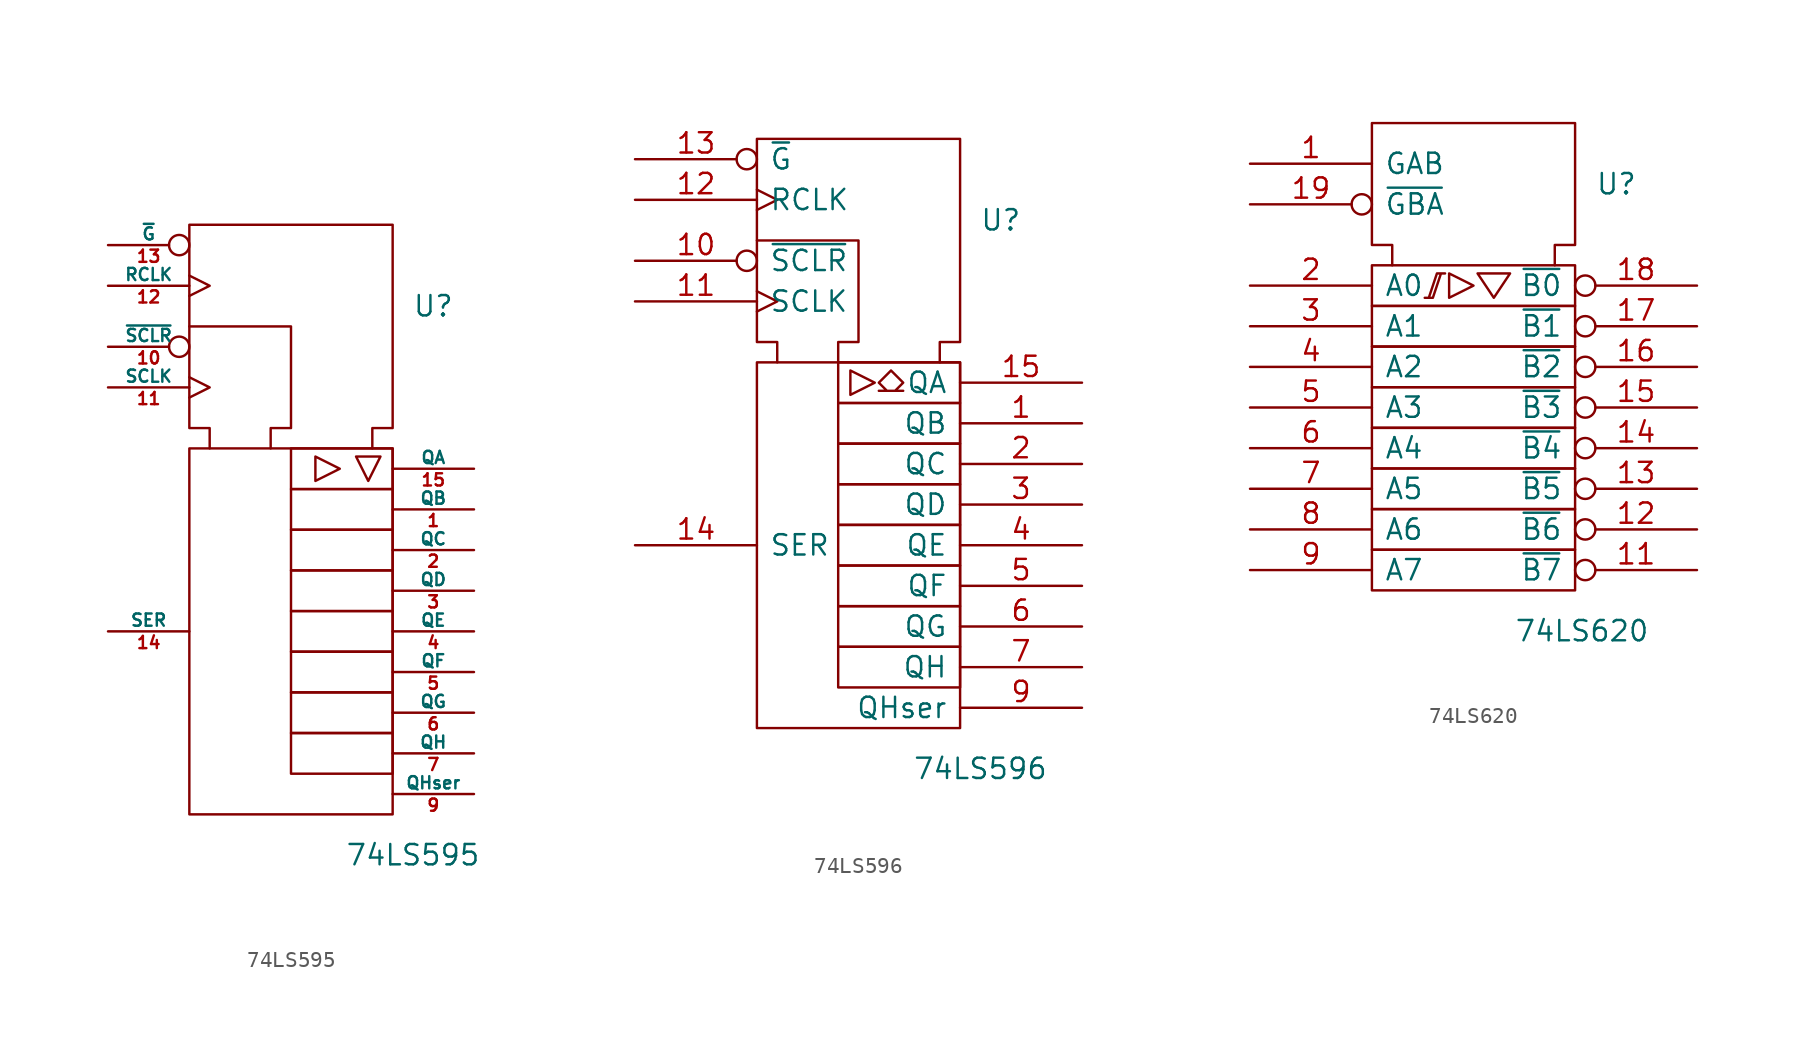
<source format=kicad_sym>
(kicad_symbol_lib
  (version 20201005)
  (generator kicad_symbol_editor)
  (symbol "74LS595"
    (pin_names
      (offset 0))
    (property "Reference" "U"
      (at 8.89 10.16 0)
      (effects (font (size 1.27 1.27))))
    (property "Value" "74LS595"
      (at 7.62 -24.13 0)
      (effects (font (size 1.27 1.27))))
    (symbol "74LS595_0_0"
      (rectangle (start 0 -6.35) (end 6.35 -8.89) (stroke (width 0)) (fill (type none)))
      (rectangle (start 0 -11.43) (end 6.35 -13.97) (stroke (width 0)) (fill (type none)))
      (rectangle (start 0 -8.89) (end 6.35 -11.43) (stroke (width 0)) (fill (type none)))
      (rectangle (start -6.35 1.27) (end 6.35 -21.59) (stroke (width 0)) (fill (type none)))
      (rectangle (start 0 -3.81) (end 6.35 -6.35) (stroke (width 0)) (fill (type none)))
      (rectangle (start 0 1.27) (end 6.35 -1.27) (stroke (width 0)) (fill (type none)))
      (rectangle (start 0 -13.97) (end 6.35 -16.51) (stroke (width 0)) (fill (type none)))
      (rectangle (start 0 -16.51) (end 6.35 -19.05) (stroke (width 0)) (fill (type none)))
      (rectangle (start 0 -1.27) (end 6.35 -3.81) (stroke (width 0)) (fill (type none)))
      (polyline (pts (xy -6.35 8.89) (xy 0 8.89) (xy 0 2.54) (xy -1.27 2.54) (xy -1.27 1.27) (xy -1.27 1.27)) (stroke (width 0)) (fill (type none)))
      (polyline (pts (xy -5.08 1.27) (xy -5.08 2.54) (xy -6.35 2.54) (xy -6.35 15.24) (xy 6.35 15.24) (xy 6.35 2.54) (xy 5.08 2.54) (xy 5.08 1.27) (xy 5.08 1.27)) (stroke (width 0)) (fill (type none)))
      (polyline (pts (xy 5.588 0.762) (xy 4.064 0.762) (xy 4.826 -0.762) (xy 5.588 0.762) (xy 5.588 0.762)) (stroke (width 0)) (fill (type none)))
      (polyline (pts (xy 1.524 0.762) (xy 1.524 -0.762) (xy 3.048 0) (xy 1.524 0.762) (xy 1.524 0.762)) (stroke (width 0)) (fill (type none))))
    (symbol "74LS595_0_1"
      (pin power_in line (at 3.81 20.32 270) (length 5.08) hide (name "GND" (effects (font (size 0.762 0.762)))) (number "8" (effects (font (size 0.762 0.762))))))
    (symbol "74LS595_1_1"
      (pin power_in line (at -3.81 20.32 270) (length 5.08) hide (name "VCC" (effects (font (size 0.762 0.762)))) (number "16" (effects (font (size 0.762 0.762)))))
      (pin output line (at 11.43 -20.32 180) (length 5.08) (name "QHser" (effects (font (size 0.762 0.762)))) (number "9" (effects (font (size 0.762 0.762)))))
      (pin tri_state line (at 11.43 -17.78 180) (length 5.08) (name "QH" (effects (font (size 0.762 0.762)))) (number "7" (effects (font (size 0.762 0.762)))))
      (pin tri_state line (at 11.43 -15.24 180) (length 5.08) (name "QG" (effects (font (size 0.762 0.762)))) (number "6" (effects (font (size 0.762 0.762)))))
      (pin tri_state line (at 11.43 -12.7 180) (length 5.08) (name "QF" (effects (font (size 0.762 0.762)))) (number "5" (effects (font (size 0.762 0.762)))))
      (pin tri_state line (at 11.43 -10.16 180) (length 5.08) (name "QE" (effects (font (size 0.762 0.762)))) (number "4" (effects (font (size 0.762 0.762)))))
      (pin tri_state line (at 11.43 -7.62 180) (length 5.08) (name "QD" (effects (font (size 0.762 0.762)))) (number "3" (effects (font (size 0.762 0.762)))))
      (pin tri_state line (at 11.43 -5.08 180) (length 5.08) (name "QC" (effects (font (size 0.762 0.762)))) (number "2" (effects (font (size 0.762 0.762)))))
      (pin tri_state line (at 11.43 -2.54 180) (length 5.08) (name "QB" (effects (font (size 0.762 0.762)))) (number "1" (effects (font (size 0.762 0.762)))))
      (pin tri_state line (at 11.43 0 180) (length 5.08) (name "QA" (effects (font (size 0.762 0.762)))) (number "15" (effects (font (size 0.762 0.762)))))
      (pin input line (at -11.43 -10.16 0) (length 5.08) (name "SER" (effects (font (size 0.762 0.762)))) (number "14" (effects (font (size 0.762 0.762)))))
      (pin input clock (at -11.43 5.08 0) (length 5.08) (name "SCLK" (effects (font (size 0.762 0.762)))) (number "11" (effects (font (size 0.762 0.762)))))
      (pin input inverted (at -11.43 7.62 0) (length 5.08) (name "~SCLR" (effects (font (size 0.762 0.762)))) (number "10" (effects (font (size 0.762 0.762)))))
      (pin input clock (at -11.43 11.43 0) (length 5.08) (name "RCLK" (effects (font (size 0.762 0.762)))) (number "12" (effects (font (size 0.762 0.762)))))
      (pin input inverted (at -11.43 13.97 0) (length 5.08) (name "~G" (effects (font (size 0.762 0.762)))) (number "13" (effects (font (size 0.762 0.762)))))))
  (symbol "74LS596"
    (pin_names
      (offset 0.762))
    (property "Reference" "U"
      (at 8.89 10.16 0)
      (effects (font (size 1.27 1.27))))
    (property "Value" "74LS596"
      (at 7.62 -24.13 0)
      (effects (font (size 1.27 1.27))))
    (symbol "74LS596_0_0"
      (rectangle (start -6.35 1.27) (end 6.35 -21.59) (stroke (width 0)) (fill (type none)))
      (polyline (pts (xy 2.032 0.762) (xy 2.794 0) (xy 2.286 -0.508) (xy 2.794 -0.508) (xy 1.27 -0.508) (xy 1.778 -0.508) (xy 1.27 0) (xy 2.032 0.762) (xy 2.032 0.762)) (stroke (width 0)) (fill (type none)))
      (polyline (pts (xy -6.35 8.89) (xy 0 8.89) (xy 0 2.54) (xy -1.27 2.54) (xy -1.27 1.27) (xy -1.27 1.27)) (stroke (width 0)) (fill (type none)))
      (polyline (pts (xy -5.08 1.27) (xy -5.08 2.54) (xy -6.35 2.54) (xy -6.35 15.24) (xy 6.35 15.24) (xy 6.35 2.54) (xy 5.08 2.54) (xy 5.08 1.27) (xy 5.08 1.27)) (stroke (width 0)) (fill (type none)))
      (polyline (pts (xy -0.508 0.762) (xy -0.508 -0.762) (xy 1.016 0) (xy -0.508 0.762) (xy -0.508 0.762)) (stroke (width 0)) (fill (type none))))
    (symbol "74LS596_0_1"
      (rectangle (start -1.27 -6.35) (end 6.35 -8.89) (stroke (width 0)) (fill (type none)))
      (rectangle (start -1.27 -1.27) (end 6.35 -3.81) (stroke (width 0)) (fill (type none)))
      (rectangle (start -1.27 -16.51) (end 6.35 -19.05) (stroke (width 0)) (fill (type none)))
      (rectangle (start -1.27 -13.97) (end 6.35 -16.51) (stroke (width 0)) (fill (type none)))
      (rectangle (start -1.27 -3.81) (end 6.35 -6.35) (stroke (width 0)) (fill (type none)))
      (rectangle (start -1.27 1.27) (end 6.35 -1.27) (stroke (width 0)) (fill (type none)))
      (rectangle (start -1.27 -8.89) (end 6.35 -11.43) (stroke (width 0)) (fill (type none)))
      (rectangle (start -1.27 -11.43) (end 6.35 -13.97) (stroke (width 0)) (fill (type none)))
      (pin power_in line (at 0 15.24 270) (length 0) hide (name "GND" (effects (font (size 1.27 1.27)))) (number "8" (effects (font (size 1.27 1.27))))))
    (symbol "74LS596_1_1"
      (pin power_in line (at 3.81 15.24 270) (length 0) hide (name "VCC" (effects (font (size 1.27 1.27)))) (number "16" (effects (font (size 1.27 1.27)))))
      (pin output line (at 13.97 -20.32 180) (length 7.62) (name "QHser" (effects (font (size 1.27 1.27)))) (number "9" (effects (font (size 1.27 1.27)))))
      (pin tri_state line (at 13.97 -17.78 180) (length 7.62) (name "QH" (effects (font (size 1.27 1.27)))) (number "7" (effects (font (size 1.27 1.27)))))
      (pin tri_state line (at 13.97 -15.24 180) (length 7.62) (name "QG" (effects (font (size 1.27 1.27)))) (number "6" (effects (font (size 1.27 1.27)))))
      (pin tri_state line (at 13.97 -12.7 180) (length 7.62) (name "QF" (effects (font (size 1.27 1.27)))) (number "5" (effects (font (size 1.27 1.27)))))
      (pin tri_state line (at 13.97 -10.16 180) (length 7.62) (name "QE" (effects (font (size 1.27 1.27)))) (number "4" (effects (font (size 1.27 1.27)))))
      (pin tri_state line (at 13.97 -7.62 180) (length 7.62) (name "QD" (effects (font (size 1.27 1.27)))) (number "3" (effects (font (size 1.27 1.27)))))
      (pin tri_state line (at 13.97 -5.08 180) (length 7.62) (name "QC" (effects (font (size 1.27 1.27)))) (number "2" (effects (font (size 1.27 1.27)))))
      (pin tri_state line (at 13.97 -2.54 180) (length 7.62) (name "QB" (effects (font (size 1.27 1.27)))) (number "1" (effects (font (size 1.27 1.27)))))
      (pin tri_state line (at 13.97 0 180) (length 7.62) (name "QA" (effects (font (size 1.27 1.27)))) (number "15" (effects (font (size 1.27 1.27)))))
      (pin input line (at -13.97 -10.16 0) (length 7.62) (name "SER" (effects (font (size 1.27 1.27)))) (number "14" (effects (font (size 1.27 1.27)))))
      (pin input clock (at -13.97 5.08 0) (length 7.62) (name "SCLK" (effects (font (size 1.27 1.27)))) (number "11" (effects (font (size 1.27 1.27)))))
      (pin input inverted (at -13.97 7.62 0) (length 7.62) (name "~SCLR" (effects (font (size 1.27 1.27)))) (number "10" (effects (font (size 1.27 1.27)))))
      (pin input clock (at -13.97 11.43 0) (length 7.62) (name "RCLK" (effects (font (size 1.27 1.27)))) (number "12" (effects (font (size 1.27 1.27)))))
      (pin input inverted (at -13.97 13.97 0) (length 7.62) (name "~G" (effects (font (size 1.27 1.27)))) (number "13" (effects (font (size 1.27 1.27)))))))
  (symbol "74LS620"
    (pin_names
      (offset 0.762))
    (property "Reference" "U"
      (at 7.62 12.7 0)
      (effects (font (size 1.27 1.27)) (justify left)))
    (property "Value" "74LS620"
      (at 2.54 -15.24 0)
      (effects (font (size 1.27 1.27)) (justify left)))
    (symbol "74LS620_0_0"
      (polyline (pts (xy -1.524 7.112) (xy -1.524 5.588) (xy 0 6.35) (xy -1.524 7.112) (xy -1.524 7.112)) (stroke (width 0)) (fill (type none)))
      (polyline (pts (xy -2.54 5.588) (xy -3.048 5.588) (xy -2.54 5.588) (xy -2.032 7.112) (xy -1.778 7.112) (xy -2.286 7.112) (xy -2.794 5.588) (xy -2.794 5.588)) (stroke (width 0)) (fill (type none)))
      (polyline (pts (xy 0.254 7.112) (xy 2.286 7.112) (xy 1.27 5.588) (xy 0.254 7.112) (xy 0.254 7.112)) (stroke (width 0)) (fill (type none)))
      (pin power_in line (at 1.27 16.51 270) (length 0) hide (name "GND" (effects (font (size 1.27 1.27)))) (number "10" (effects (font (size 1.27 1.27)))))
      (pin power_in line (at 5.08 16.51 270) (length 0) hide (name "VCC" (effects (font (size 1.27 1.27)))) (number "20" (effects (font (size 1.27 1.27))))))
    (symbol "74LS620_0_1"
      (rectangle (start -6.35 -7.62) (end 6.35 -10.16) (stroke (width 0)) (fill (type none)))
      (rectangle (start -6.35 2.54) (end 6.35 0) (stroke (width 0)) (fill (type none)))
      (rectangle (start -6.35 -5.08) (end 6.35 -7.62) (stroke (width 0)) (fill (type none)))
      (rectangle (start -6.35 -10.16) (end 6.35 -12.7) (stroke (width 0)) (fill (type none)))
      (rectangle (start -6.35 5.08) (end 6.35 2.54) (stroke (width 0)) (fill (type none)))
      (rectangle (start -6.35 0) (end 6.35 -2.54) (stroke (width 0)) (fill (type none)))
      (rectangle (start -6.35 -2.54) (end 6.35 -5.08) (stroke (width 0)) (fill (type none)))
      (rectangle (start -6.35 7.62) (end 6.35 5.08) (stroke (width 0)) (fill (type none)))
      (polyline (pts (xy -5.08 7.62) (xy -5.08 8.89) (xy -6.35 8.89) (xy -6.35 16.51) (xy 6.35 16.51) (xy 6.35 8.89) (xy 5.08 8.89) (xy 5.08 7.62) (xy 5.08 7.62)) (stroke (width 0)) (fill (type none))))
    (symbol "74LS620_1_1"
      (pin tri_state inverted (at 13.97 -11.43 180) (length 7.62) (name "~B7" (effects (font (size 1.27 1.27)))) (number "11" (effects (font (size 1.27 1.27)))))
      (pin tri_state inverted (at 13.97 -8.89 180) (length 7.62) (name "~B6" (effects (font (size 1.27 1.27)))) (number "12" (effects (font (size 1.27 1.27)))))
      (pin tri_state inverted (at 13.97 -6.35 180) (length 7.62) (name "~B5" (effects (font (size 1.27 1.27)))) (number "13" (effects (font (size 1.27 1.27)))))
      (pin tri_state inverted (at 13.97 -3.81 180) (length 7.62) (name "~B4" (effects (font (size 1.27 1.27)))) (number "14" (effects (font (size 1.27 1.27)))))
      (pin tri_state inverted (at 13.97 -1.27 180) (length 7.62) (name "~B3" (effects (font (size 1.27 1.27)))) (number "15" (effects (font (size 1.27 1.27)))))
      (pin tri_state inverted (at 13.97 1.27 180) (length 7.62) (name "~B2" (effects (font (size 1.27 1.27)))) (number "16" (effects (font (size 1.27 1.27)))))
      (pin tri_state inverted (at 13.97 3.81 180) (length 7.62) (name "~B1" (effects (font (size 1.27 1.27)))) (number "17" (effects (font (size 1.27 1.27)))))
      (pin tri_state inverted (at 13.97 6.35 180) (length 7.62) (name "~B0" (effects (font (size 1.27 1.27)))) (number "18" (effects (font (size 1.27 1.27)))))
      (pin tri_state line (at -13.97 -11.43 0) (length 7.62) (name "A7" (effects (font (size 1.27 1.27)))) (number "9" (effects (font (size 1.27 1.27)))))
      (pin tri_state line (at -13.97 -8.89 0) (length 7.62) (name "A6" (effects (font (size 1.27 1.27)))) (number "8" (effects (font (size 1.27 1.27)))))
      (pin tri_state line (at -13.97 -6.35 0) (length 7.62) (name "A5" (effects (font (size 1.27 1.27)))) (number "7" (effects (font (size 1.27 1.27)))))
      (pin tri_state line (at -13.97 -3.81 0) (length 7.62) (name "A4" (effects (font (size 1.27 1.27)))) (number "6" (effects (font (size 1.27 1.27)))))
      (pin tri_state line (at -13.97 -1.27 0) (length 7.62) (name "A3" (effects (font (size 1.27 1.27)))) (number "5" (effects (font (size 1.27 1.27)))))
      (pin tri_state line (at -13.97 1.27 0) (length 7.62) (name "A2" (effects (font (size 1.27 1.27)))) (number "4" (effects (font (size 1.27 1.27)))))
      (pin tri_state line (at -13.97 3.81 0) (length 7.62) (name "A1" (effects (font (size 1.27 1.27)))) (number "3" (effects (font (size 1.27 1.27)))))
      (pin tri_state line (at -13.97 6.35 0) (length 7.62) (name "A0" (effects (font (size 1.27 1.27)))) (number "2" (effects (font (size 1.27 1.27)))))
      (pin input inverted (at -13.97 11.43 0) (length 7.62) (name "~GBA" (effects (font (size 1.27 1.27)))) (number "19" (effects (font (size 1.27 1.27)))))
      (pin input line (at -13.97 13.97 0) (length 7.62) (name "GAB" (effects (font (size 1.27 1.27)))) (number "1" (effects (font (size 1.27 1.27))))))))
</source>
